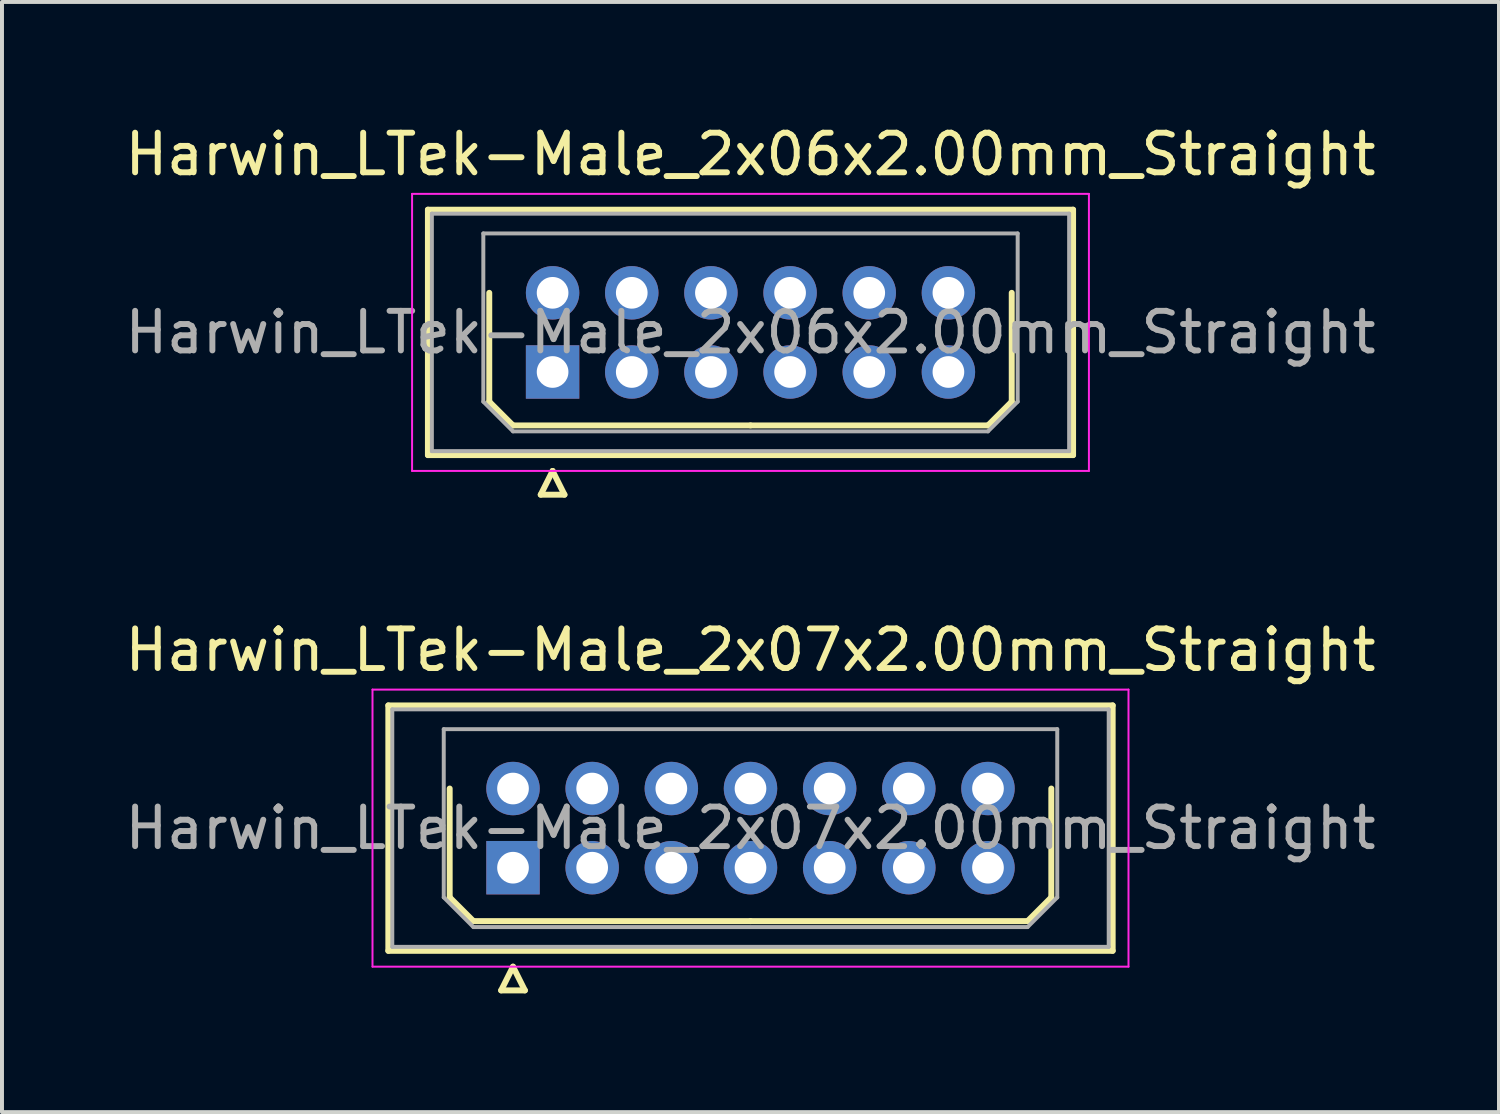
<source format=kicad_pcb>
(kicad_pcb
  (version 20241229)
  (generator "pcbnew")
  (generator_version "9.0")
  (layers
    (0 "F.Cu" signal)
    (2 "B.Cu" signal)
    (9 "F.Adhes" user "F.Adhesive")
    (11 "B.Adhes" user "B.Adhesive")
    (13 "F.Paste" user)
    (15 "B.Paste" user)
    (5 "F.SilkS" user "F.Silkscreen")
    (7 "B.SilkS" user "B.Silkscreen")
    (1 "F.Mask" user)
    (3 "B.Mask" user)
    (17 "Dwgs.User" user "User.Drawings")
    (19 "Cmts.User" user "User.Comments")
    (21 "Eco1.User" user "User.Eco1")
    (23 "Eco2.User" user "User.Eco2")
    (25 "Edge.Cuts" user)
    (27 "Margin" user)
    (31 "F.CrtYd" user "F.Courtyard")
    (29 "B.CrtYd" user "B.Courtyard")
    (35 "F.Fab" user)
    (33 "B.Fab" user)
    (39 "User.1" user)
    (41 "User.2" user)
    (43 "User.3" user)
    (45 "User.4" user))
  (footprint "Harwin_LTek-Male_2x07x2.00mm_Straight"
    (layer "F.Cu")
    (at 9.911 18.872)
    (property "Reference" "Harwin_LTek-Male_2x07x2.00mm_Straight" (at 6 -5.5 0) (layer "F.SilkS") (effects (font (size 1 1) (thickness 0.15))))
    (attr through_hole)
    (fp_line (start -3.15 -4.1) (end -3.15 2.1) (stroke (width 0.15) (type solid)) (layer "F.SilkS"))
    (fp_line (start -3.15 2.1) (end 15.15 2.1) (stroke (width 0.15) (type solid)) (layer "F.SilkS"))
    (fp_line (start -1.6 -2) (end -1.6 0.75) (stroke (width 0.15) (type solid)) (layer "F.SilkS"))
    (fp_line (start -1.6 0.75) (end -1 1.35) (stroke (width 0.15) (type solid)) (layer "F.SilkS"))
    (fp_line (start -1 1.35) (end 6 1.35) (stroke (width 0.15) (type solid)) (layer "F.SilkS"))
    (fp_line (start -0.3 3.1) (end 0.3 3.1) (stroke (width 0.15) (type solid)) (layer "F.SilkS"))
    (fp_line (start 0 2.5) (end -0.3 3.1) (stroke (width 0.15) (type solid)) (layer "F.SilkS"))
    (fp_line (start 0.3 3.1) (end 0 2.5) (stroke (width 0.15) (type solid)) (layer "F.SilkS"))
    (fp_line (start 13 1.35) (end 6 1.35) (stroke (width 0.15) (type solid)) (layer "F.SilkS"))
    (fp_line (start 13.6 -2) (end 13.6 0.75) (stroke (width 0.15) (type solid)) (layer "F.SilkS"))
    (fp_line (start 13.6 0.75) (end 13 1.35) (stroke (width 0.15) (type solid)) (layer "F.SilkS"))
    (fp_line (start 15.15 -4.1) (end -3.15 -4.1) (stroke (width 0.15) (type solid)) (layer "F.SilkS"))
    (fp_line (start 15.15 2.1) (end 15.15 -4.1) (stroke (width 0.15) (type solid)) (layer "F.SilkS"))
    (fp_line (start -3.55 -4.5) (end -3.55 2.5) (stroke (width 0.05) (type solid)) (layer "F.CrtYd"))
    (fp_line (start -3.55 2.5) (end 15.55 2.5) (stroke (width 0.05) (type solid)) (layer "F.CrtYd"))
    (fp_line (start 15.55 -4.5) (end -3.55 -4.5) (stroke (width 0.05) (type solid)) (layer "F.CrtYd"))
    (fp_line (start 15.55 2.5) (end 15.55 -4.5) (stroke (width 0.05) (type solid)) (layer "F.CrtYd"))
    (fp_line (start -3.05 -4) (end -3.05 2) (stroke (width 0.1) (type solid)) (layer "F.Fab"))
    (fp_line (start -3.05 2) (end 15.05 2) (stroke (width 0.1) (type solid)) (layer "F.Fab"))
    (fp_line (start -1.75 -3.5) (end 13.75 -3.5) (stroke (width 0.1) (type solid)) (layer "F.Fab"))
    (fp_line (start -1.75 0.75) (end -1.75 -3.5) (stroke (width 0.1) (type solid)) (layer "F.Fab"))
    (fp_line (start -1 1.5) (end -1.75 0.75) (stroke (width 0.1) (type solid)) (layer "F.Fab"))
    (fp_line (start 13 1.5) (end -1 1.5) (stroke (width 0.1) (type solid)) (layer "F.Fab"))
    (fp_line (start 13.75 -3.5) (end 13.75 0.75) (stroke (width 0.1) (type solid)) (layer "F.Fab"))
    (fp_line (start 13.75 0.75) (end 13 1.5) (stroke (width 0.1) (type solid)) (layer "F.Fab"))
    (fp_line (start 15.05 -4) (end -3.05 -4) (stroke (width 0.1) (type solid)) (layer "F.Fab"))
    (fp_line (start 15.05 2) (end 15.05 -4) (stroke (width 0.1) (type solid)) (layer "F.Fab"))
    (fp_text user "${REFERENCE}" (at 6 -1 0) (layer "F.Fab") (effects (font (size 1 1) (thickness 0.15))))
    (pad "1" thru_hole rect (at 0 0) (size 1.35 1.35) (drill 0.8) (layers "*.Cu" "*.Mask"))
    (pad "2" thru_hole circle (at 2 0) (size 1.35 1.35) (drill 0.8) (layers "*.Cu" "*.Mask"))
    (pad "3" thru_hole circle (at 4 0) (size 1.35 1.35) (drill 0.8) (layers "*.Cu" "*.Mask"))
    (pad "4" thru_hole circle (at 6 0) (size 1.35 1.35) (drill 0.8) (layers "*.Cu" "*.Mask"))
    (pad "5" thru_hole circle (at 8 0) (size 1.35 1.35) (drill 0.8) (layers "*.Cu" "*.Mask"))
    (pad "6" thru_hole circle (at 10 0) (size 1.35 1.35) (drill 0.8) (layers "*.Cu" "*.Mask"))
    (pad "7" thru_hole circle (at 12 0) (size 1.35 1.35) (drill 0.8) (layers "*.Cu" "*.Mask"))
    (pad "8" thru_hole circle (at 0 -2) (size 1.35 1.35) (drill 0.8) (layers "*.Cu" "*.Mask"))
    (pad "9" thru_hole circle (at 2 -2) (size 1.35 1.35) (drill 0.8) (layers "*.Cu" "*.Mask"))
    (pad "10" thru_hole circle (at 4 -2) (size 1.35 1.35) (drill 0.8) (layers "*.Cu" "*.Mask"))
    (pad "11" thru_hole circle (at 6 -2) (size 1.35 1.35) (drill 0.8) (layers "*.Cu" "*.Mask"))
    (pad "12" thru_hole circle (at 8 -2) (size 1.35 1.35) (drill 0.8) (layers "*.Cu" "*.Mask"))
    (pad "13" thru_hole circle (at 10 -2) (size 1.35 1.35) (drill 0.8) (layers "*.Cu" "*.Mask"))
    (pad "14" thru_hole circle (at 12 -2) (size 1.35 1.35) (drill 0.8) (layers "*.Cu" "*.Mask")))
  (footprint "Harwin_LTek-Male_2x06x2.00mm_Straight"
    (layer "F.Cu")
    (at 10.911 6.348)
    (property "Reference" "Harwin_LTek-Male_2x06x2.00mm_Straight" (at 5 -5.5 0) (layer "F.SilkS") (effects (font (size 1 1) (thickness 0.15))))
    (attr through_hole)
    (fp_line (start -3.15 -4.1) (end -3.15 2.1) (stroke (width 0.15) (type solid)) (layer "F.SilkS"))
    (fp_line (start -3.15 2.1) (end 13.15 2.1) (stroke (width 0.15) (type solid)) (layer "F.SilkS"))
    (fp_line (start -1.6 -2) (end -1.6 0.75) (stroke (width 0.15) (type solid)) (layer "F.SilkS"))
    (fp_line (start -1.6 0.75) (end -1 1.35) (stroke (width 0.15) (type solid)) (layer "F.SilkS"))
    (fp_line (start -1 1.35) (end 5 1.35) (stroke (width 0.15) (type solid)) (layer "F.SilkS"))
    (fp_line (start -0.3 3.1) (end 0.3 3.1) (stroke (width 0.15) (type solid)) (layer "F.SilkS"))
    (fp_line (start 0 2.5) (end -0.3 3.1) (stroke (width 0.15) (type solid)) (layer "F.SilkS"))
    (fp_line (start 0.3 3.1) (end 0 2.5) (stroke (width 0.15) (type solid)) (layer "F.SilkS"))
    (fp_line (start 11 1.35) (end 5 1.35) (stroke (width 0.15) (type solid)) (layer "F.SilkS"))
    (fp_line (start 11.6 -2) (end 11.6 0.75) (stroke (width 0.15) (type solid)) (layer "F.SilkS"))
    (fp_line (start 11.6 0.75) (end 11 1.35) (stroke (width 0.15) (type solid)) (layer "F.SilkS"))
    (fp_line (start 13.15 -4.1) (end -3.15 -4.1) (stroke (width 0.15) (type solid)) (layer "F.SilkS"))
    (fp_line (start 13.15 2.1) (end 13.15 -4.1) (stroke (width 0.15) (type solid)) (layer "F.SilkS"))
    (fp_line (start -3.55 -4.5) (end -3.55 2.5) (stroke (width 0.05) (type solid)) (layer "F.CrtYd"))
    (fp_line (start -3.55 2.5) (end 13.55 2.5) (stroke (width 0.05) (type solid)) (layer "F.CrtYd"))
    (fp_line (start 13.55 -4.5) (end -3.55 -4.5) (stroke (width 0.05) (type solid)) (layer "F.CrtYd"))
    (fp_line (start 13.55 2.5) (end 13.55 -4.5) (stroke (width 0.05) (type solid)) (layer "F.CrtYd"))
    (fp_line (start -3.05 -4) (end -3.05 2) (stroke (width 0.1) (type solid)) (layer "F.Fab"))
    (fp_line (start -3.05 2) (end 13.05 2) (stroke (width 0.1) (type solid)) (layer "F.Fab"))
    (fp_line (start -1.75 -3.5) (end 11.75 -3.5) (stroke (width 0.1) (type solid)) (layer "F.Fab"))
    (fp_line (start -1.75 0.75) (end -1.75 -3.5) (stroke (width 0.1) (type solid)) (layer "F.Fab"))
    (fp_line (start -1 1.5) (end -1.75 0.75) (stroke (width 0.1) (type solid)) (layer "F.Fab"))
    (fp_line (start 11 1.5) (end -1 1.5) (stroke (width 0.1) (type solid)) (layer "F.Fab"))
    (fp_line (start 11.75 -3.5) (end 11.75 0.75) (stroke (width 0.1) (type solid)) (layer "F.Fab"))
    (fp_line (start 11.75 0.75) (end 11 1.5) (stroke (width 0.1) (type solid)) (layer "F.Fab"))
    (fp_line (start 13.05 -4) (end -3.05 -4) (stroke (width 0.1) (type solid)) (layer "F.Fab"))
    (fp_line (start 13.05 2) (end 13.05 -4) (stroke (width 0.1) (type solid)) (layer "F.Fab"))
    (fp_text user "${REFERENCE}" (at 5 -1 0) (layer "F.Fab") (effects (font (size 1 1) (thickness 0.15))))
    (pad "1" thru_hole rect (at 0 0) (size 1.35 1.35) (drill 0.8) (layers "*.Cu" "*.Mask"))
    (pad "2" thru_hole circle (at 0 -2) (size 1.35 1.35) (drill 0.8) (layers "*.Cu" "*.Mask"))
    (pad "3" thru_hole circle (at 2 0) (size 1.35 1.35) (drill 0.8) (layers "*.Cu" "*.Mask"))
    (pad "4" thru_hole circle (at 2 -2) (size 1.35 1.35) (drill 0.8) (layers "*.Cu" "*.Mask"))
    (pad "5" thru_hole circle (at 4 0) (size 1.35 1.35) (drill 0.8) (layers "*.Cu" "*.Mask"))
    (pad "6" thru_hole circle (at 4 -2) (size 1.35 1.35) (drill 0.8) (layers "*.Cu" "*.Mask"))
    (pad "7" thru_hole circle (at 6 0) (size 1.35 1.35) (drill 0.8) (layers "*.Cu" "*.Mask"))
    (pad "8" thru_hole circle (at 6 -2) (size 1.35 1.35) (drill 0.8) (layers "*.Cu" "*.Mask"))
    (pad "9" thru_hole circle (at 8 0) (size 1.35 1.35) (drill 0.8) (layers "*.Cu" "*.Mask"))
    (pad "10" thru_hole circle (at 8 -2) (size 1.35 1.35) (drill 0.8) (layers "*.Cu" "*.Mask"))
    (pad "11" thru_hole circle (at 10 0) (size 1.35 1.35) (drill 0.8) (layers "*.Cu" "*.Mask"))
    (pad "12" thru_hole circle (at 10 -2) (size 1.35 1.35) (drill 0.8) (layers "*.Cu" "*.Mask")))
  (gr_rect
    (start -3 -3)
    (end 34.821 25.047)
    (stroke (width 0.1) (type default))
    (fill no)
    (layer "Edge.Cuts")))
</source>
